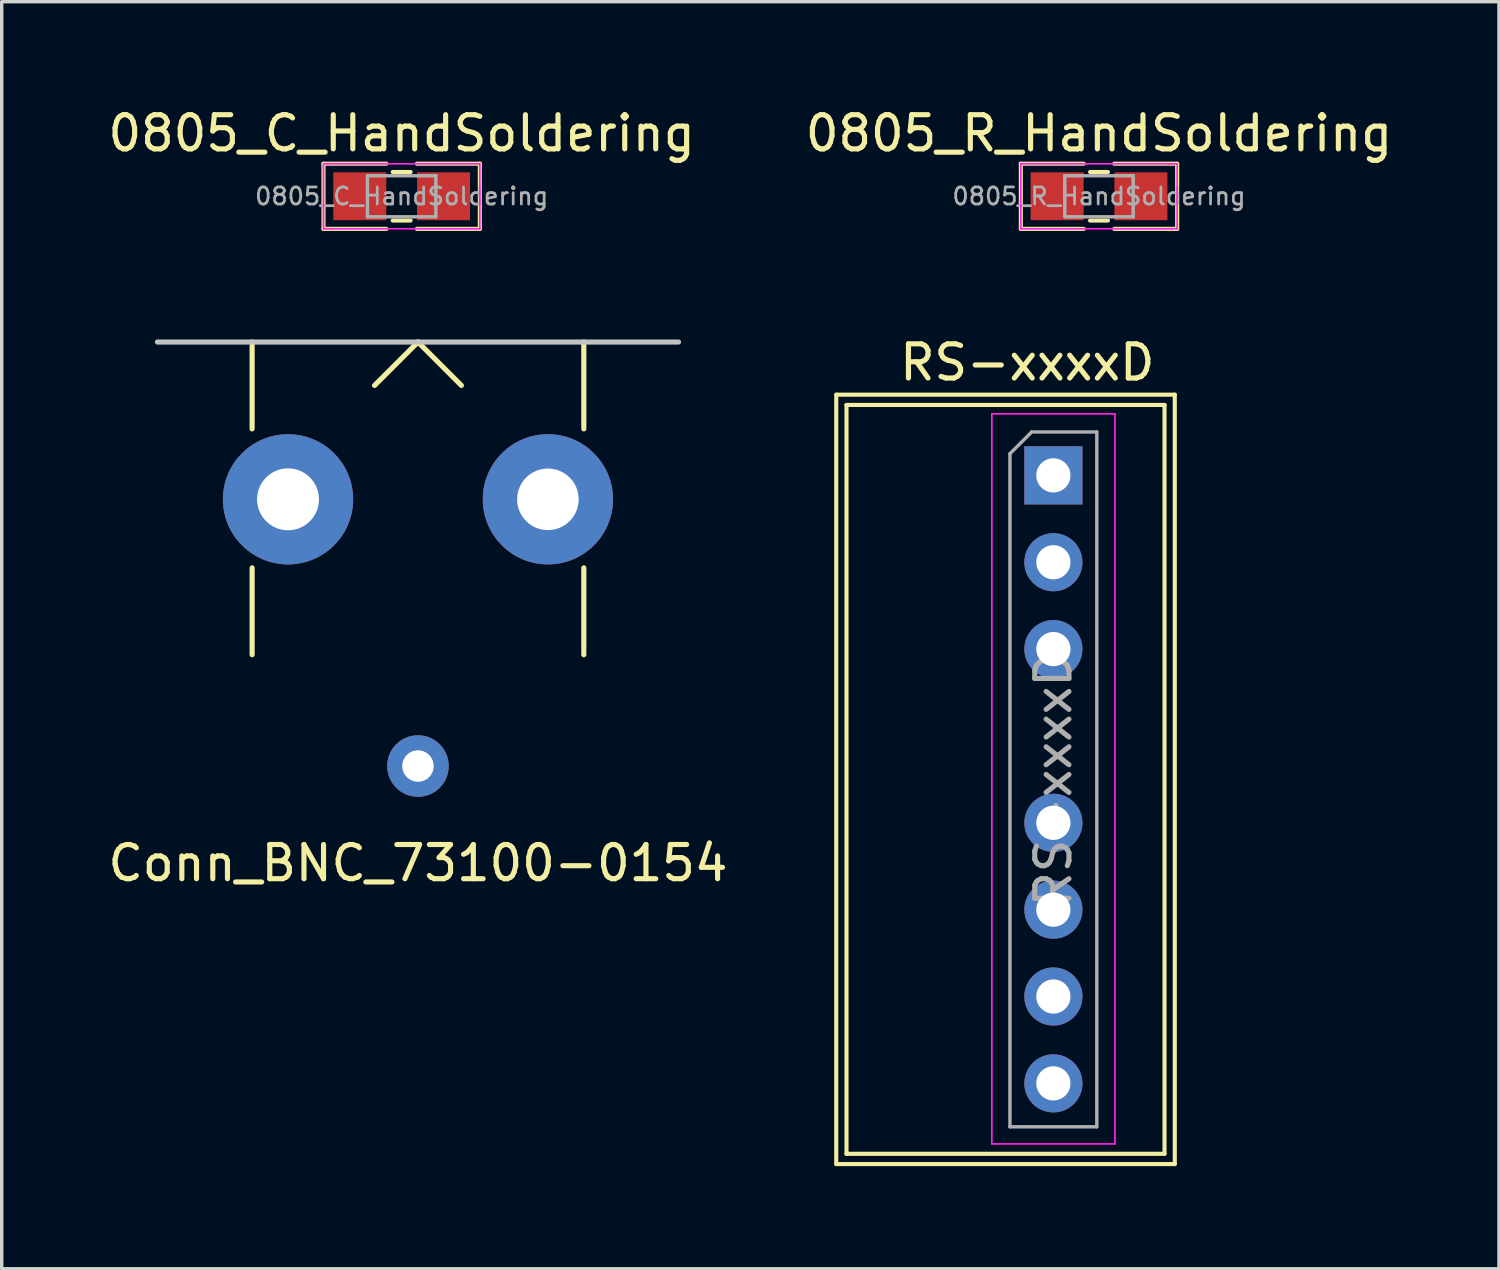
<source format=kicad_pcb>
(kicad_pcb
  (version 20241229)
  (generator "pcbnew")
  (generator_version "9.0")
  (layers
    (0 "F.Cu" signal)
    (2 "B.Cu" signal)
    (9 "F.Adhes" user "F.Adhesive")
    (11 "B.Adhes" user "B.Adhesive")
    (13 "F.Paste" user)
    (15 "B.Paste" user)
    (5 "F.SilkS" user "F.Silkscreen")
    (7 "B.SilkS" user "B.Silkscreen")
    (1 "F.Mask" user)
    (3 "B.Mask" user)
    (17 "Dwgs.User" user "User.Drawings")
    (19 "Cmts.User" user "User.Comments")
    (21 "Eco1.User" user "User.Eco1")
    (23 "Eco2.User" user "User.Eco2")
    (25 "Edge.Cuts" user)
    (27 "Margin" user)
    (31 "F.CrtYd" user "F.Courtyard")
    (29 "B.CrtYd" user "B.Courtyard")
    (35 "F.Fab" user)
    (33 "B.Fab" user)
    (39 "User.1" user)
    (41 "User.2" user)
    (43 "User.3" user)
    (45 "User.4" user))
  (footprint "0805_C_HandSoldering"
    (layer "F.Cu")
    (at 8.696 2.69)
    (property "Reference" "0805_C_HandSoldering" (at 0 -1.841 0) (layer "F.SilkS") (effects (font (size 1 1) (thickness 0.15))))
    (attr smd)
    (fp_line (start -2.286 -0.953) (end -2.286 0.953) (stroke (width 0.12) (type solid)) (layer "F.SilkS"))
    (fp_line (start -2.286 0.953) (end -0.445 0.953) (stroke (width 0.12) (type solid)) (layer "F.SilkS"))
    (fp_line (start -0.445 -0.953) (end -2.286 -0.953) (stroke (width 0.12) (type solid)) (layer "F.SilkS"))
    (fp_line (start -0.261 -0.71) (end 0.261 -0.71) (stroke (width 0.12) (type solid)) (layer "F.SilkS"))
    (fp_line (start -0.261 0.71) (end 0.261 0.71) (stroke (width 0.12) (type solid)) (layer "F.SilkS"))
    (fp_line (start 0.445 0.953) (end 2.286 0.953) (stroke (width 0.12) (type solid)) (layer "F.SilkS"))
    (fp_line (start 2.286 -0.953) (end 0.445 -0.953) (stroke (width 0.12) (type solid)) (layer "F.SilkS"))
    (fp_line (start 2.286 -0.953) (end 2.286 0.953) (stroke (width 0.12) (type solid)) (layer "F.SilkS"))
    (fp_line (start -2.286 -0.95) (end 2.286 -0.95) (stroke (width 0.05) (type solid)) (layer "F.CrtYd"))
    (fp_line (start -2.286 0.95) (end -2.286 -0.95) (stroke (width 0.05) (type solid)) (layer "F.CrtYd"))
    (fp_line (start 2.286 -0.95) (end 2.286 0.95) (stroke (width 0.05) (type solid)) (layer "F.CrtYd"))
    (fp_line (start 2.286 0.95) (end -2.286 0.95) (stroke (width 0.05) (type solid)) (layer "F.CrtYd"))
    (fp_line (start -1 -0.6) (end 1 -0.6) (stroke (width 0.1) (type solid)) (layer "F.Fab"))
    (fp_line (start -1 0.6) (end -1 -0.6) (stroke (width 0.1) (type solid)) (layer "F.Fab"))
    (fp_line (start 1 -0.6) (end 1 0.6) (stroke (width 0.1) (type solid)) (layer "F.Fab"))
    (fp_line (start 1 0.6) (end -1 0.6) (stroke (width 0.1) (type solid)) (layer "F.Fab"))
    (fp_text user "${REFERENCE}" (at 0 0 0) (layer "F.Fab") (effects (font (size 0.5 0.5) (thickness 0.08))))
    (pad "1" smd rect (at -1.225 0) (size 1.55 1.4) (layers "F.Cu" "F.Mask" "F.Paste"))
    (pad "2" smd rect (at 1.225 0) (size 1.55 1.4) (layers "F.Cu" "F.Mask" "F.Paste")))
  (footprint "Conn_BNC_73100-0154"
    (layer "F.Cu")
    (at 9.173 6.952)
    (property "Reference" "Conn_BNC_73100-0154" (at 0 15.24 0) (layer "F.SilkS") (effects (font (size 1 1) (thickness 0.15))))
    (attr through_hole)
    (fp_line (start -4.85 0) (end -4.85 2.54) (stroke (width 0.15) (type solid)) (layer "F.SilkS"))
    (fp_line (start -4.85 6.604) (end -4.85 9.144) (stroke (width 0.15) (type solid)) (layer "F.SilkS"))
    (fp_line (start 0 0) (end -1.27 1.27) (stroke (width 0.15) (type solid)) (layer "F.SilkS"))
    (fp_line (start 1.27 1.27) (end 0 0) (stroke (width 0.15) (type solid)) (layer "F.SilkS"))
    (fp_line (start 4.85 0) (end 4.85 2.54) (stroke (width 0.15) (type solid)) (layer "F.SilkS"))
    (fp_line (start 4.85 6.604) (end 4.85 9.144) (stroke (width 0.15) (type solid)) (layer "F.SilkS"))
    (fp_line (start 7.62 0) (end -7.62 0) (stroke (width 0.15) (type solid)) (layer "Dwgs.User"))
    (pad "1" thru_hole circle (at 0 12.4 180) (size 1.8 1.8) (drill 0.92) (layers "*.Cu" "*.Mask"))
    (pad "2" thru_hole circle (at -3.8 4.6 180) (size 3.81 3.81) (drill 1.81) (layers "*.Cu" "*.Mask"))
    (pad "2" thru_hole circle (at 3.8 4.6 180) (size 3.81 3.81) (drill 1.8) (layers "*.Cu" "*.Mask")))
  (footprint "0805_R_HandSoldering"
    (layer "F.Cu")
    (at 29.089 2.69)
    (property "Reference" "0805_R_HandSoldering" (at 0 -1.841 0) (layer "F.SilkS") (effects (font (size 1 1) (thickness 0.15))))
    (attr smd)
    (fp_line (start -2.286 -0.953) (end -2.286 0.953) (stroke (width 0.12) (type solid)) (layer "F.SilkS"))
    (fp_line (start -2.286 0.953) (end -0.445 0.953) (stroke (width 0.12) (type solid)) (layer "F.SilkS"))
    (fp_line (start -0.445 -0.953) (end -2.286 -0.953) (stroke (width 0.12) (type solid)) (layer "F.SilkS"))
    (fp_line (start -0.261 -0.71) (end 0.261 -0.71) (stroke (width 0.12) (type solid)) (layer "F.SilkS"))
    (fp_line (start -0.261 0.71) (end 0.261 0.71) (stroke (width 0.12) (type solid)) (layer "F.SilkS"))
    (fp_line (start 0.445 0.953) (end 2.286 0.953) (stroke (width 0.12) (type solid)) (layer "F.SilkS"))
    (fp_line (start 2.286 -0.953) (end 0.445 -0.953) (stroke (width 0.12) (type solid)) (layer "F.SilkS"))
    (fp_line (start 2.286 -0.953) (end 2.286 0.953) (stroke (width 0.12) (type solid)) (layer "F.SilkS"))
    (fp_line (start -2.286 -0.95) (end 2.286 -0.95) (stroke (width 0.05) (type solid)) (layer "F.CrtYd"))
    (fp_line (start -2.286 0.95) (end -2.286 -0.95) (stroke (width 0.05) (type solid)) (layer "F.CrtYd"))
    (fp_line (start 2.286 -0.95) (end 2.286 0.95) (stroke (width 0.05) (type solid)) (layer "F.CrtYd"))
    (fp_line (start 2.286 0.95) (end -2.286 0.95) (stroke (width 0.05) (type solid)) (layer "F.CrtYd"))
    (fp_line (start -1 -0.6) (end 1 -0.6) (stroke (width 0.1) (type solid)) (layer "F.Fab"))
    (fp_line (start -1 0.6) (end -1 -0.6) (stroke (width 0.1) (type solid)) (layer "F.Fab"))
    (fp_line (start 1 -0.6) (end 1 0.6) (stroke (width 0.1) (type solid)) (layer "F.Fab"))
    (fp_line (start 1 0.6) (end -1 0.6) (stroke (width 0.1) (type solid)) (layer "F.Fab"))
    (fp_text user "${REFERENCE}" (at 0 0 0) (layer "F.Fab") (effects (font (size 0.5 0.5) (thickness 0.08))))
    (pad "1" smd rect (at -1.225 0) (size 1.55 1.4) (layers "F.Cu" "F.Mask" "F.Paste"))
    (pad "2" smd rect (at 1.225 0) (size 1.55 1.4) (layers "F.Cu" "F.Mask" "F.Paste")))
  (footprint "RS-xxxxD"
    (layer "F.Cu")
    (at 27.755 10.852)
    (property "Reference" "RS-xxxxD" (at -0.762 -3.302 0) (layer "F.SilkS") (effects (font (size 1 1) (thickness 0.15))))
    (attr through_hole)
    (fp_line (start -6.35 -2.36) (end -6.35 20.14) (stroke (width 0.12) (type solid)) (layer "F.SilkS"))
    (fp_line (start -6.35 -2.36) (end 3.55 -2.36) (stroke (width 0.12) (type solid)) (layer "F.SilkS"))
    (fp_line (start -6.35 20.14) (end 3.55 20.14) (stroke (width 0.12) (type solid)) (layer "F.SilkS"))
    (fp_line (start -6.05 -2.06) (end -6.05 19.84) (stroke (width 0.12) (type solid)) (layer "F.SilkS"))
    (fp_line (start -6.05 -2.06) (end 3.25 -2.06) (stroke (width 0.12) (type solid)) (layer "F.SilkS"))
    (fp_line (start -6.05 19.84) (end 3.25 19.84) (stroke (width 0.12) (type solid)) (layer "F.SilkS"))
    (fp_line (start 3.25 -2.06) (end 3.25 19.84) (stroke (width 0.12) (type solid)) (layer "F.SilkS"))
    (fp_line (start 3.55 -2.36) (end 3.55 20.14) (stroke (width 0.12) (type solid)) (layer "F.SilkS"))
    (fp_line (start -1.8 -1.8) (end -1.8 19.55) (stroke (width 0.05) (type solid)) (layer "F.CrtYd"))
    (fp_line (start -1.8 19.55) (end 1.8 19.55) (stroke (width 0.05) (type solid)) (layer "F.CrtYd"))
    (fp_line (start 1.8 -1.8) (end -1.8 -1.8) (stroke (width 0.05) (type solid)) (layer "F.CrtYd"))
    (fp_line (start 1.8 19.55) (end 1.8 -1.8) (stroke (width 0.05) (type solid)) (layer "F.CrtYd"))
    (fp_line (start -1.27 -0.635) (end -0.635 -1.27) (stroke (width 0.1) (type solid)) (layer "F.Fab"))
    (fp_line (start -1.27 19.05) (end -1.27 -0.635) (stroke (width 0.1) (type solid)) (layer "F.Fab"))
    (fp_line (start -0.635 -1.27) (end 1.27 -1.27) (stroke (width 0.1) (type solid)) (layer "F.Fab"))
    (fp_line (start 1.27 -1.27) (end 1.27 19.05) (stroke (width 0.1) (type solid)) (layer "F.Fab"))
    (fp_line (start 1.27 19.05) (end -1.27 19.05) (stroke (width 0.1) (type solid)) (layer "F.Fab"))
    (fp_text user "${REFERENCE}" (at 0 8.89 90) (layer "F.Fab") (effects (font (size 1 1) (thickness 0.15))))
    (pad "1" thru_hole rect (at 0 0) (size 1.7 1.7) (drill 1) (layers "*.Cu" "*.Mask"))
    (pad "2" thru_hole oval (at 0 2.54) (size 1.7 1.7) (drill 1) (layers "*.Cu" "*.Mask"))
    (pad "3" thru_hole oval (at 0 5.08) (size 1.7 1.7) (drill 1) (layers "*.Cu" "*.Mask"))
    (pad "5" thru_hole oval (at 0 10.16) (size 1.7 1.7) (drill 1) (layers "*.Cu" "*.Mask"))
    (pad "6" thru_hole oval (at 0 12.7) (size 1.7 1.7) (drill 1) (layers "*.Cu" "*.Mask"))
    (pad "7" thru_hole oval (at 0 15.24) (size 1.7 1.7) (drill 1) (layers "*.Cu" "*.Mask"))
    (pad "8" thru_hole oval (at 0 17.78) (size 1.7 1.7) (drill 1) (layers "*.Cu" "*.Mask")))
  (gr_rect
    (start -3 -3)
    (end 40.786 34.053)
    (stroke (width 0.1) (type default))
    (fill no)
    (layer "Edge.Cuts")))
</source>
